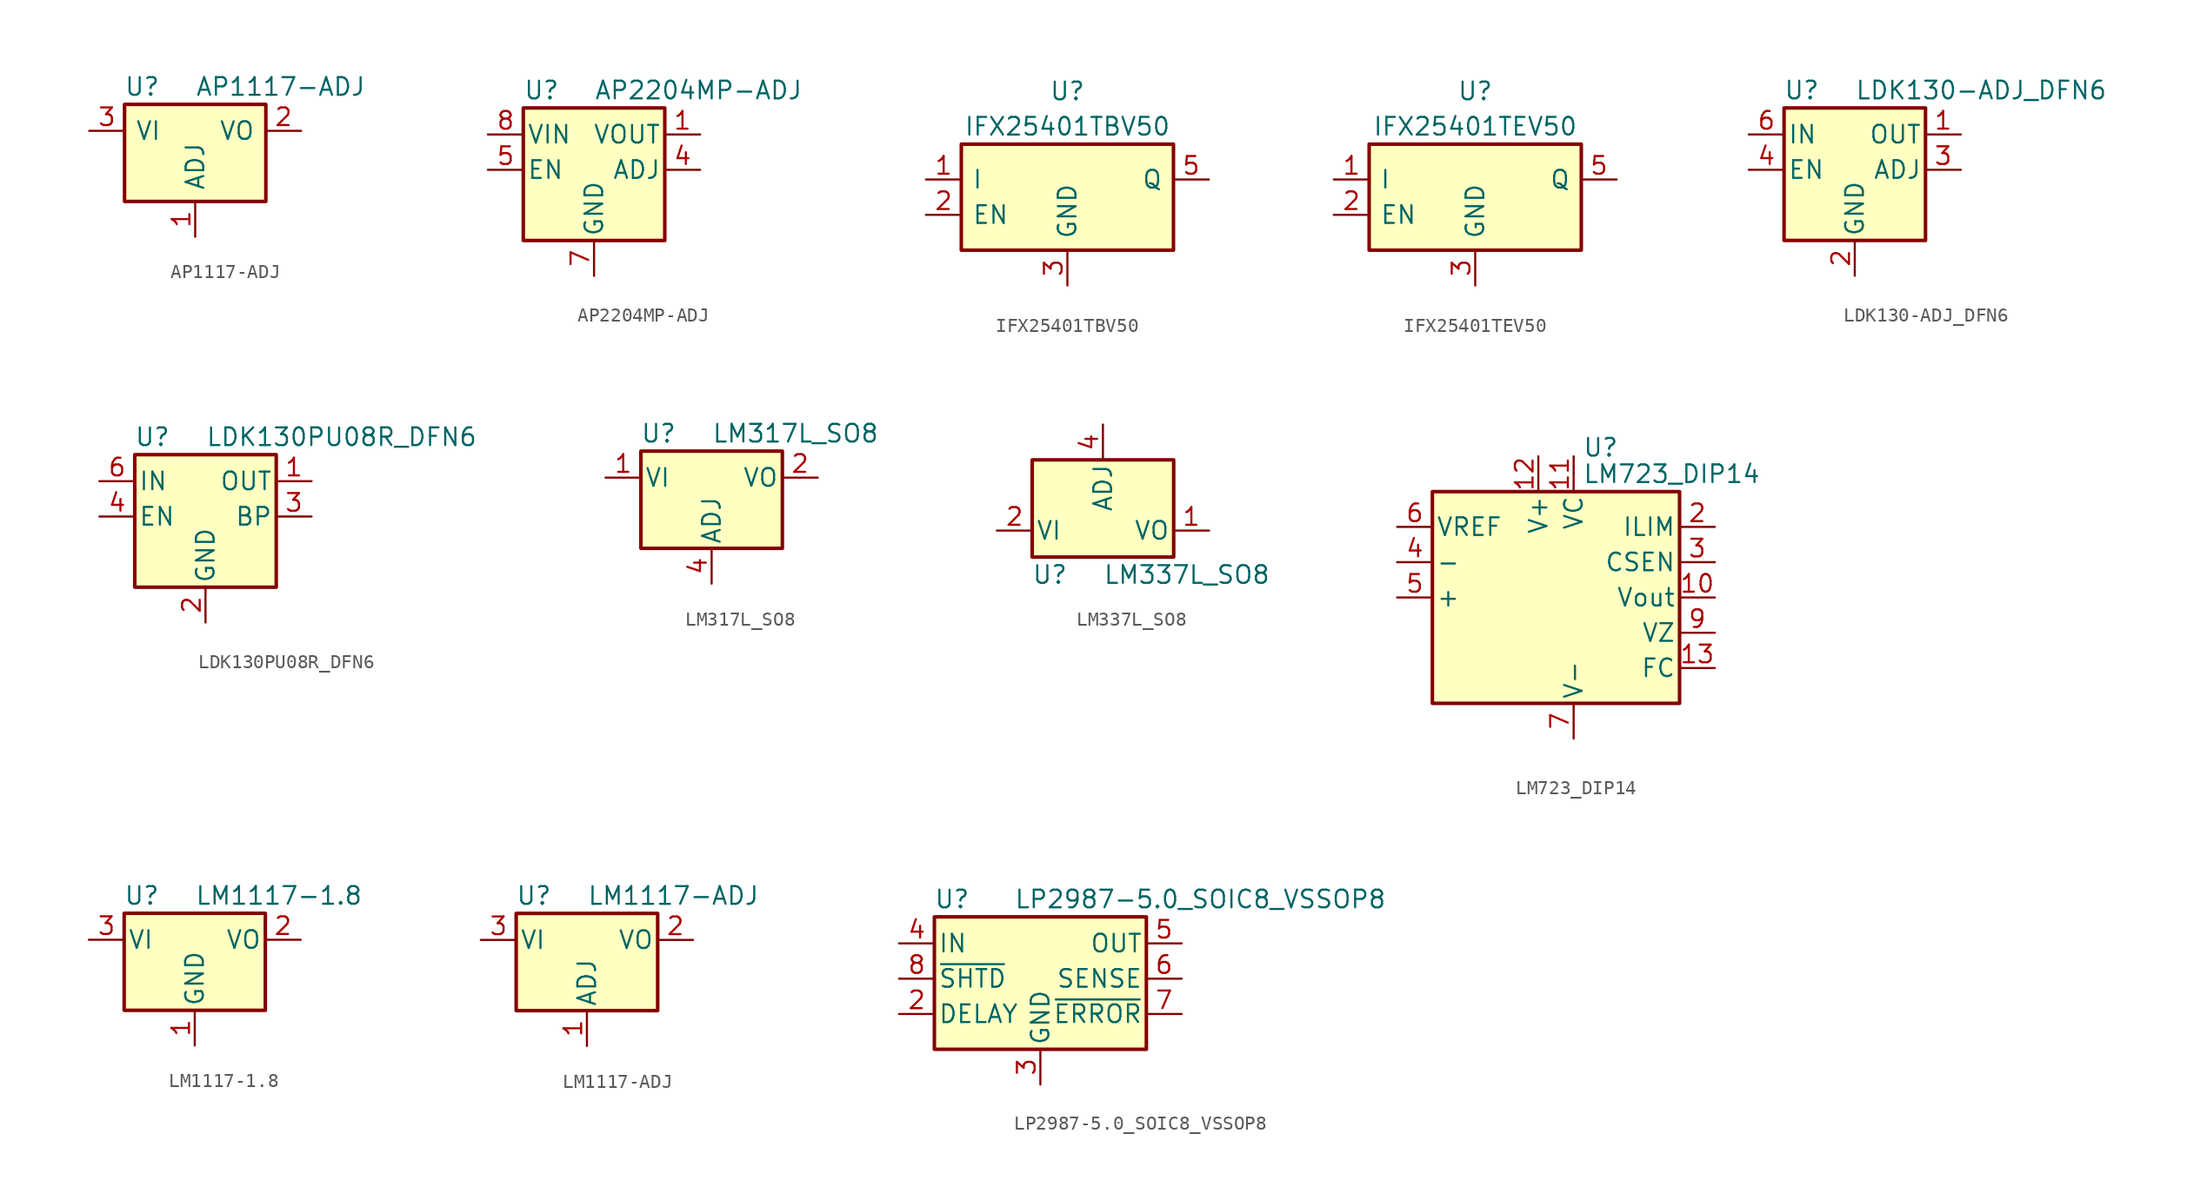
<source format=kicad_sym>
(kicad_symbol_lib
  (version 20220914)
  (generator kicad_symbol_editor)
  (symbol "AP1117-ADJ"
    (pin_names
      (offset 0.762))
    (property "Reference" "U"
      (at -3.81 3.175 0)
      (effects (font (size 1.27 1.27))))
    (property "Value" "AP1117-ADJ"
      (at 0 3.175 0)
      (effects (font (size 1.27 1.27)) (justify left)))
    (symbol "AP1117-ADJ_0_1"
      (rectangle (start -5.08 -5.08) (end 5.08 1.905) (stroke (width 0.254) (type default)) (fill (type background))))
    (symbol "AP1117-ADJ_1_1"
      (pin input line (at 0 -7.62 90) (length 2.54) (name "ADJ" (effects (font (size 1.27 1.27)))) (number "1" (effects (font (size 1.27 1.27)))))
      (pin power_out line (at 7.62 0 180) (length 2.54) (name "VO" (effects (font (size 1.27 1.27)))) (number "2" (effects (font (size 1.27 1.27)))))
      (pin power_in line (at -7.62 0 0) (length 2.54) (name "VI" (effects (font (size 1.27 1.27)))) (number "3" (effects (font (size 1.27 1.27)))))))
  (symbol "AP2204MP-ADJ"
    (pin_names
      (offset 0.254))
    (property "Reference" "U"
      (at -5.08 5.715 0)
      (effects (font (size 1.27 1.27)) (justify left)))
    (property "Value" "AP2204MP-ADJ"
      (at 0 5.715 0)
      (effects (font (size 1.27 1.27)) (justify left)))
    (symbol "AP2204MP-ADJ_0_1"
      (rectangle (start -5.08 4.445) (end 5.08 -5.08) (stroke (width 0.254) (type default)) (fill (type background))))
    (symbol "AP2204MP-ADJ_1_1"
      (pin power_out line (at 7.62 2.54 180) (length 2.54) (name "VOUT" (effects (font (size 1.27 1.27)))) (number "1" (effects (font (size 1.27 1.27)))))
      (pin no_connect line (at -7.62 -2.54 0) (length 2.54) hide (name "NC" (effects (font (size 1.27 1.27)))) (number "2" (effects (font (size 1.27 1.27)))))
      (pin no_connect line (at -2.54 -7.62 90) (length 2.54) hide (name "NC" (effects (font (size 1.27 1.27)))) (number "3" (effects (font (size 1.27 1.27)))))
      (pin input line (at 7.62 0 180) (length 2.54) (name "ADJ" (effects (font (size 1.27 1.27)))) (number "4" (effects (font (size 1.27 1.27)))))
      (pin input line (at -7.62 0 0) (length 2.54) (name "EN" (effects (font (size 1.27 1.27)))) (number "5" (effects (font (size 1.27 1.27)))))
      (pin no_connect line (at 7.62 -2.54 180) (length 2.54) hide (name "NC" (effects (font (size 1.27 1.27)))) (number "6" (effects (font (size 1.27 1.27)))))
      (pin power_in line (at 0 -7.62 90) (length 2.54) (name "GND" (effects (font (size 1.27 1.27)))) (number "7" (effects (font (size 1.27 1.27)))))
      (pin power_in line (at -7.62 2.54 0) (length 2.54) (name "VIN" (effects (font (size 1.27 1.27)))) (number "8" (effects (font (size 1.27 1.27)))))
      (pin passive line (at 0 -7.62 90) (length 2.54) hide (name "GND" (effects (font (size 1.27 1.27)))) (number "9" (effects (font (size 1.27 1.27)))))))
  (symbol "IFX25401TBV50"
    (pin_names
      (offset 0.762))
    (property "Reference" "U"
      (at 0 6.35 0)
      (effects (font (size 1.27 1.27))))
    (property "Value" "IFX25401TBV50"
      (at 0 3.81 0)
      (effects (font (size 1.27 1.27))))
    (symbol "IFX25401TBV50_0_1"
      (rectangle (start -7.62 2.54) (end 7.62 -5.08) (stroke (width 0.254) (type default)) (fill (type background))))
    (symbol "IFX25401TBV50_1_1"
      (pin power_in line (at -10.16 0 0) (length 2.54) (name "I" (effects (font (size 1.27 1.27)))) (number "1" (effects (font (size 1.27 1.27)))))
      (pin input line (at -10.16 -2.54 0) (length 2.54) (name "EN" (effects (font (size 1.27 1.27)))) (number "2" (effects (font (size 1.27 1.27)))))
      (pin power_in line (at 0 -7.62 90) (length 2.54) (name "GND" (effects (font (size 1.27 1.27)))) (number "3" (effects (font (size 1.27 1.27)))))
      (pin no_connect line (at 10.16 -2.54 180) (length 2.54) hide (name "NC" (effects (font (size 1.27 1.27)))) (number "4" (effects (font (size 1.27 1.27)))))
      (pin power_out line (at 10.16 0 180) (length 2.54) (name "Q" (effects (font (size 1.27 1.27)))) (number "5" (effects (font (size 1.27 1.27)))))))
  (symbol "IFX25401TEV50"
    (pin_names
      (offset 0.762))
    (property "Reference" "U"
      (at 0 6.35 0)
      (effects (font (size 1.27 1.27))))
    (property "Value" "IFX25401TEV50"
      (at 0 3.81 0)
      (effects (font (size 1.27 1.27))))
    (symbol "IFX25401TEV50_0_1"
      (rectangle (start -7.62 2.54) (end 7.62 -5.08) (stroke (width 0.254) (type default)) (fill (type background))))
    (symbol "IFX25401TEV50_1_1"
      (pin power_in line (at -10.16 0 0) (length 2.54) (name "I" (effects (font (size 1.27 1.27)))) (number "1" (effects (font (size 1.27 1.27)))))
      (pin input line (at -10.16 -2.54 0) (length 2.54) (name "EN" (effects (font (size 1.27 1.27)))) (number "2" (effects (font (size 1.27 1.27)))))
      (pin power_in line (at 0 -7.62 90) (length 2.54) (name "GND" (effects (font (size 1.27 1.27)))) (number "3" (effects (font (size 1.27 1.27)))))
      (pin no_connect line (at 10.16 -2.54 180) (length 2.54) hide (name "NC" (effects (font (size 1.27 1.27)))) (number "4" (effects (font (size 1.27 1.27)))))
      (pin power_out line (at 10.16 0 180) (length 2.54) (name "Q" (effects (font (size 1.27 1.27)))) (number "5" (effects (font (size 1.27 1.27)))))))
  (symbol "LDK130-ADJ_DFN6"
    (pin_names
      (offset 0.254))
    (property "Reference" "U"
      (at -3.81 5.715 0)
      (effects (font (size 1.27 1.27))))
    (property "Value" "LDK130-ADJ_DFN6"
      (at 0 5.715 0)
      (effects (font (size 1.27 1.27)) (justify left)))
    (symbol "LDK130-ADJ_DFN6_0_1"
      (rectangle (start -5.08 4.445) (end 5.08 -5.08) (stroke (width 0.254) (type default)) (fill (type background))))
    (symbol "LDK130-ADJ_DFN6_1_1"
      (pin power_out line (at 7.62 2.54 180) (length 2.54) (name "OUT" (effects (font (size 1.27 1.27)))) (number "1" (effects (font (size 1.27 1.27)))))
      (pin power_in line (at 0 -7.62 90) (length 2.54) (name "GND" (effects (font (size 1.27 1.27)))) (number "2" (effects (font (size 1.27 1.27)))))
      (pin input line (at 7.62 0 180) (length 2.54) (name "ADJ" (effects (font (size 1.27 1.27)))) (number "3" (effects (font (size 1.27 1.27)))))
      (pin input line (at -7.62 0 0) (length 2.54) (name "EN" (effects (font (size 1.27 1.27)))) (number "4" (effects (font (size 1.27 1.27)))))
      (pin no_connect line (at -7.62 -2.54 0) (length 2.54) hide (name "NC" (effects (font (size 1.27 1.27)))) (number "5" (effects (font (size 1.27 1.27)))))
      (pin power_in line (at -7.62 2.54 0) (length 2.54) (name "IN" (effects (font (size 1.27 1.27)))) (number "6" (effects (font (size 1.27 1.27)))))))
  (symbol "LDK130PU08R_DFN6"
    (pin_names
      (offset 0.254))
    (property "Reference" "U"
      (at -3.81 5.715 0)
      (effects (font (size 1.27 1.27))))
    (property "Value" "LDK130PU08R_DFN6"
      (at 0 5.715 0)
      (effects (font (size 1.27 1.27)) (justify left)))
    (symbol "LDK130PU08R_DFN6_0_1"
      (rectangle (start -5.08 4.445) (end 5.08 -5.08) (stroke (width 0.254) (type default)) (fill (type background))))
    (symbol "LDK130PU08R_DFN6_1_1"
      (pin power_out line (at 7.62 2.54 180) (length 2.54) (name "OUT" (effects (font (size 1.27 1.27)))) (number "1" (effects (font (size 1.27 1.27)))))
      (pin power_in line (at 0 -7.62 90) (length 2.54) (name "GND" (effects (font (size 1.27 1.27)))) (number "2" (effects (font (size 1.27 1.27)))))
      (pin passive line (at 7.62 0 180) (length 2.54) (name "BP" (effects (font (size 1.27 1.27)))) (number "3" (effects (font (size 1.27 1.27)))))
      (pin input line (at -7.62 0 0) (length 2.54) (name "EN" (effects (font (size 1.27 1.27)))) (number "4" (effects (font (size 1.27 1.27)))))
      (pin no_connect line (at -7.62 -2.54 0) (length 2.54) hide (name "NC" (effects (font (size 1.27 1.27)))) (number "5" (effects (font (size 1.27 1.27)))))
      (pin power_in line (at -7.62 2.54 0) (length 2.54) (name "IN" (effects (font (size 1.27 1.27)))) (number "6" (effects (font (size 1.27 1.27)))))))
  (symbol "LM317L_SO8"
    (pin_names
      (offset 0.254))
    (property "Reference" "U"
      (at -3.81 3.175 0)
      (effects (font (size 1.27 1.27))))
    (property "Value" "LM317L_SO8"
      (at 0 3.175 0)
      (effects (font (size 1.27 1.27)) (justify left)))
    (symbol "LM317L_SO8_0_1"
      (rectangle (start -5.08 1.905) (end 5.08 -5.08) (stroke (width 0.254) (type default)) (fill (type background))))
    (symbol "LM317L_SO8_1_1"
      (pin power_in line (at -7.62 0 0) (length 2.54) (name "VI" (effects (font (size 1.27 1.27)))) (number "1" (effects (font (size 1.27 1.27)))))
      (pin power_out line (at 7.62 0 180) (length 2.54) (name "VO" (effects (font (size 1.27 1.27)))) (number "2" (effects (font (size 1.27 1.27)))))
      (pin passive line (at 7.62 0 180) (length 2.54) hide (name "VO" (effects (font (size 1.27 1.27)))) (number "3" (effects (font (size 1.27 1.27)))))
      (pin input line (at 0 -7.62 90) (length 2.54) (name "ADJ" (effects (font (size 1.27 1.27)))) (number "4" (effects (font (size 1.27 1.27)))))
      (pin no_connect line (at -7.62 -2.54 0) (length 2.54) hide (name "NC" (effects (font (size 1.27 1.27)))) (number "5" (effects (font (size 1.27 1.27)))))
      (pin passive line (at 7.62 0 180) (length 2.54) hide (name "VO" (effects (font (size 1.27 1.27)))) (number "6" (effects (font (size 1.27 1.27)))))
      (pin passive line (at 7.62 0 180) (length 2.54) hide (name "VO" (effects (font (size 1.27 1.27)))) (number "7" (effects (font (size 1.27 1.27)))))
      (pin no_connect line (at 7.62 -2.54 180) (length 2.54) hide (name "NC" (effects (font (size 1.27 1.27)))) (number "8" (effects (font (size 1.27 1.27)))))))
  (symbol "LM337L_SO8"
    (pin_names
      (offset 0.254))
    (property "Reference" "U"
      (at -3.81 -3.175 0)
      (effects (font (size 1.27 1.27))))
    (property "Value" "LM337L_SO8"
      (at 0 -3.175 0)
      (effects (font (size 1.27 1.27)) (justify left)))
    (symbol "LM337L_SO8_0_1"
      (rectangle (start -5.08 5.08) (end 5.08 -1.905) (stroke (width 0.254) (type default)) (fill (type background))))
    (symbol "LM337L_SO8_1_1"
      (pin power_out line (at 7.62 0 180) (length 2.54) (name "VO" (effects (font (size 1.27 1.27)))) (number "1" (effects (font (size 1.27 1.27)))))
      (pin power_in line (at -7.62 0 0) (length 2.54) (name "VI" (effects (font (size 1.27 1.27)))) (number "2" (effects (font (size 1.27 1.27)))))
      (pin passive line (at -7.62 0 0) (length 2.54) hide (name "VI" (effects (font (size 1.27 1.27)))) (number "3" (effects (font (size 1.27 1.27)))))
      (pin input line (at 0 7.62 270) (length 2.54) (name "ADJ" (effects (font (size 1.27 1.27)))) (number "4" (effects (font (size 1.27 1.27)))))
      (pin no_connect line (at -7.62 2.54 0) (length 2.54) hide (name "NC" (effects (font (size 1.27 1.27)))) (number "5" (effects (font (size 1.27 1.27)))))
      (pin passive line (at -7.62 0 0) (length 2.54) hide (name "VI" (effects (font (size 1.27 1.27)))) (number "6" (effects (font (size 1.27 1.27)))))
      (pin passive line (at -7.62 0 0) (length 2.54) hide (name "VI" (effects (font (size 1.27 1.27)))) (number "7" (effects (font (size 1.27 1.27)))))
      (pin no_connect line (at 7.62 2.54 180) (length 2.54) hide (name "NC" (effects (font (size 1.27 1.27)))) (number "8" (effects (font (size 1.27 1.27)))))))
  (symbol "LM723_DIP14"
    (pin_names
      (offset 0.254))
    (property "Reference" "U"
      (at 0.635 10.795 0)
      (effects (font (size 1.27 1.27)) (justify left)))
    (property "Value" "LM723_DIP14"
      (at 0.635 8.89 0)
      (effects (font (size 1.27 1.27)) (justify left)))
    (symbol "LM723_DIP14_0_1"
      (rectangle (start -10.16 -7.62) (end 7.62 7.62) (stroke (width 0.254) (type default)) (fill (type background))))
    (symbol "LM723_DIP14_1_1"
      (pin no_connect line (at -12.7 -5.08 0) (length 2.54) hide (name "NC" (effects (font (size 1.27 1.27)))) (number "1" (effects (font (size 1.27 1.27)))))
      (pin power_out line (at 10.16 0 180) (length 2.54) (name "Vout" (effects (font (size 1.27 1.27)))) (number "10" (effects (font (size 1.27 1.27)))))
      (pin power_in line (at 0 10.16 270) (length 2.54) (name "VC" (effects (font (size 1.27 1.27)))) (number "11" (effects (font (size 1.27 1.27)))))
      (pin power_in line (at -2.54 10.16 270) (length 2.54) (name "V+" (effects (font (size 1.27 1.27)))) (number "12" (effects (font (size 1.27 1.27)))))
      (pin input line (at 10.16 -5.08 180) (length 2.54) (name "FC" (effects (font (size 1.27 1.27)))) (number "13" (effects (font (size 1.27 1.27)))))
      (pin no_connect line (at -2.54 -10.16 90) (length 2.54) hide (name "NC" (effects (font (size 1.27 1.27)))) (number "14" (effects (font (size 1.27 1.27)))))
      (pin input line (at 10.16 5.08 180) (length 2.54) (name "ILIM" (effects (font (size 1.27 1.27)))) (number "2" (effects (font (size 1.27 1.27)))))
      (pin input line (at 10.16 2.54 180) (length 2.54) (name "CSEN" (effects (font (size 1.27 1.27)))) (number "3" (effects (font (size 1.27 1.27)))))
      (pin input line (at -12.7 2.54 0) (length 2.54) (name "-" (effects (font (size 1.27 1.27)))) (number "4" (effects (font (size 1.27 1.27)))))
      (pin input line (at -12.7 0 0) (length 2.54) (name "+" (effects (font (size 1.27 1.27)))) (number "5" (effects (font (size 1.27 1.27)))))
      (pin power_out line (at -12.7 5.08 0) (length 2.54) (name "VREF" (effects (font (size 1.27 1.27)))) (number "6" (effects (font (size 1.27 1.27)))))
      (pin power_in line (at 0 -10.16 90) (length 2.54) (name "V-" (effects (font (size 1.27 1.27)))) (number "7" (effects (font (size 1.27 1.27)))))
      (pin no_connect line (at -12.7 -2.54 0) (length 2.54) hide (name "NC" (effects (font (size 1.27 1.27)))) (number "8" (effects (font (size 1.27 1.27)))))
      (pin input line (at 10.16 -2.54 180) (length 2.54) (name "VZ" (effects (font (size 1.27 1.27)))) (number "9" (effects (font (size 1.27 1.27)))))))
  (symbol "LM1117-1.8"
    (pin_names
      (offset 0.254))
    (property "Reference" "U"
      (at -3.81 3.175 0)
      (effects (font (size 1.27 1.27))))
    (property "Value" "LM1117-1.8"
      (at 0 3.175 0)
      (effects (font (size 1.27 1.27)) (justify left)))
    (symbol "LM1117-1.8_0_1"
      (rectangle (start -5.08 -5.08) (end 5.08 1.905) (stroke (width 0.254) (type default)) (fill (type background))))
    (symbol "LM1117-1.8_1_1"
      (pin power_in line (at 0 -7.62 90) (length 2.54) (name "GND" (effects (font (size 1.27 1.27)))) (number "1" (effects (font (size 1.27 1.27)))))
      (pin power_out line (at 7.62 0 180) (length 2.54) (name "VO" (effects (font (size 1.27 1.27)))) (number "2" (effects (font (size 1.27 1.27)))))
      (pin power_in line (at -7.62 0 0) (length 2.54) (name "VI" (effects (font (size 1.27 1.27)))) (number "3" (effects (font (size 1.27 1.27)))))))
  (symbol "LM1117-ADJ"
    (pin_names
      (offset 0.254))
    (property "Reference" "U"
      (at -3.81 3.175 0)
      (effects (font (size 1.27 1.27))))
    (property "Value" "LM1117-ADJ"
      (at 0 3.175 0)
      (effects (font (size 1.27 1.27)) (justify left)))
    (symbol "LM1117-ADJ_0_1"
      (rectangle (start -5.08 -5.08) (end 5.08 1.905) (stroke (width 0.254) (type default)) (fill (type background))))
    (symbol "LM1117-ADJ_1_1"
      (pin input line (at 0 -7.62 90) (length 2.54) (name "ADJ" (effects (font (size 1.27 1.27)))) (number "1" (effects (font (size 1.27 1.27)))))
      (pin power_out line (at 7.62 0 180) (length 2.54) (name "VO" (effects (font (size 1.27 1.27)))) (number "2" (effects (font (size 1.27 1.27)))))
      (pin power_in line (at -7.62 0 0) (length 2.54) (name "VI" (effects (font (size 1.27 1.27)))) (number "3" (effects (font (size 1.27 1.27)))))))
  (symbol "LP2987-5.0_SOIC8_VSSOP8"
    (pin_names
      (offset 0.254))
    (property "Reference" "U"
      (at -6.35 5.715 0)
      (effects (font (size 1.27 1.27))))
    (property "Value" "LP2987-5.0_SOIC8_VSSOP8"
      (at -1.905 5.715 0)
      (effects (font (size 1.27 1.27)) (justify left)))
    (symbol "LP2987-5.0_SOIC8_VSSOP8_0_1"
      (rectangle (start -7.62 4.445) (end 7.62 -5.08) (stroke (width 0.254) (type default)) (fill (type background))))
    (symbol "LP2987-5.0_SOIC8_VSSOP8_1_1"
      (pin no_connect line (at -2.54 -7.62 90) (length 2.54) hide (name "NC" (effects (font (size 1.27 1.27)))) (number "1" (effects (font (size 1.27 1.27)))))
      (pin passive line (at -10.16 -2.54 0) (length 2.54) (name "DELAY" (effects (font (size 1.27 1.27)))) (number "2" (effects (font (size 1.27 1.27)))))
      (pin power_in line (at 0 -7.62 90) (length 2.54) (name "GND" (effects (font (size 1.27 1.27)))) (number "3" (effects (font (size 1.27 1.27)))))
      (pin power_in line (at -10.16 2.54 0) (length 2.54) (name "IN" (effects (font (size 1.27 1.27)))) (number "4" (effects (font (size 1.27 1.27)))))
      (pin power_out line (at 10.16 2.54 180) (length 2.54) (name "OUT" (effects (font (size 1.27 1.27)))) (number "5" (effects (font (size 1.27 1.27)))))
      (pin input line (at 10.16 0 180) (length 2.54) (name "SENSE" (effects (font (size 1.27 1.27)))) (number "6" (effects (font (size 1.27 1.27)))))
      (pin output line (at 10.16 -2.54 180) (length 2.54) (name "~{ERROR}" (effects (font (size 1.27 1.27)))) (number "7" (effects (font (size 1.27 1.27)))))
      (pin input line (at -10.16 0 0) (length 2.54) (name "~{SHTD}" (effects (font (size 1.27 1.27)))) (number "8" (effects (font (size 1.27 1.27))))))))
</source>
